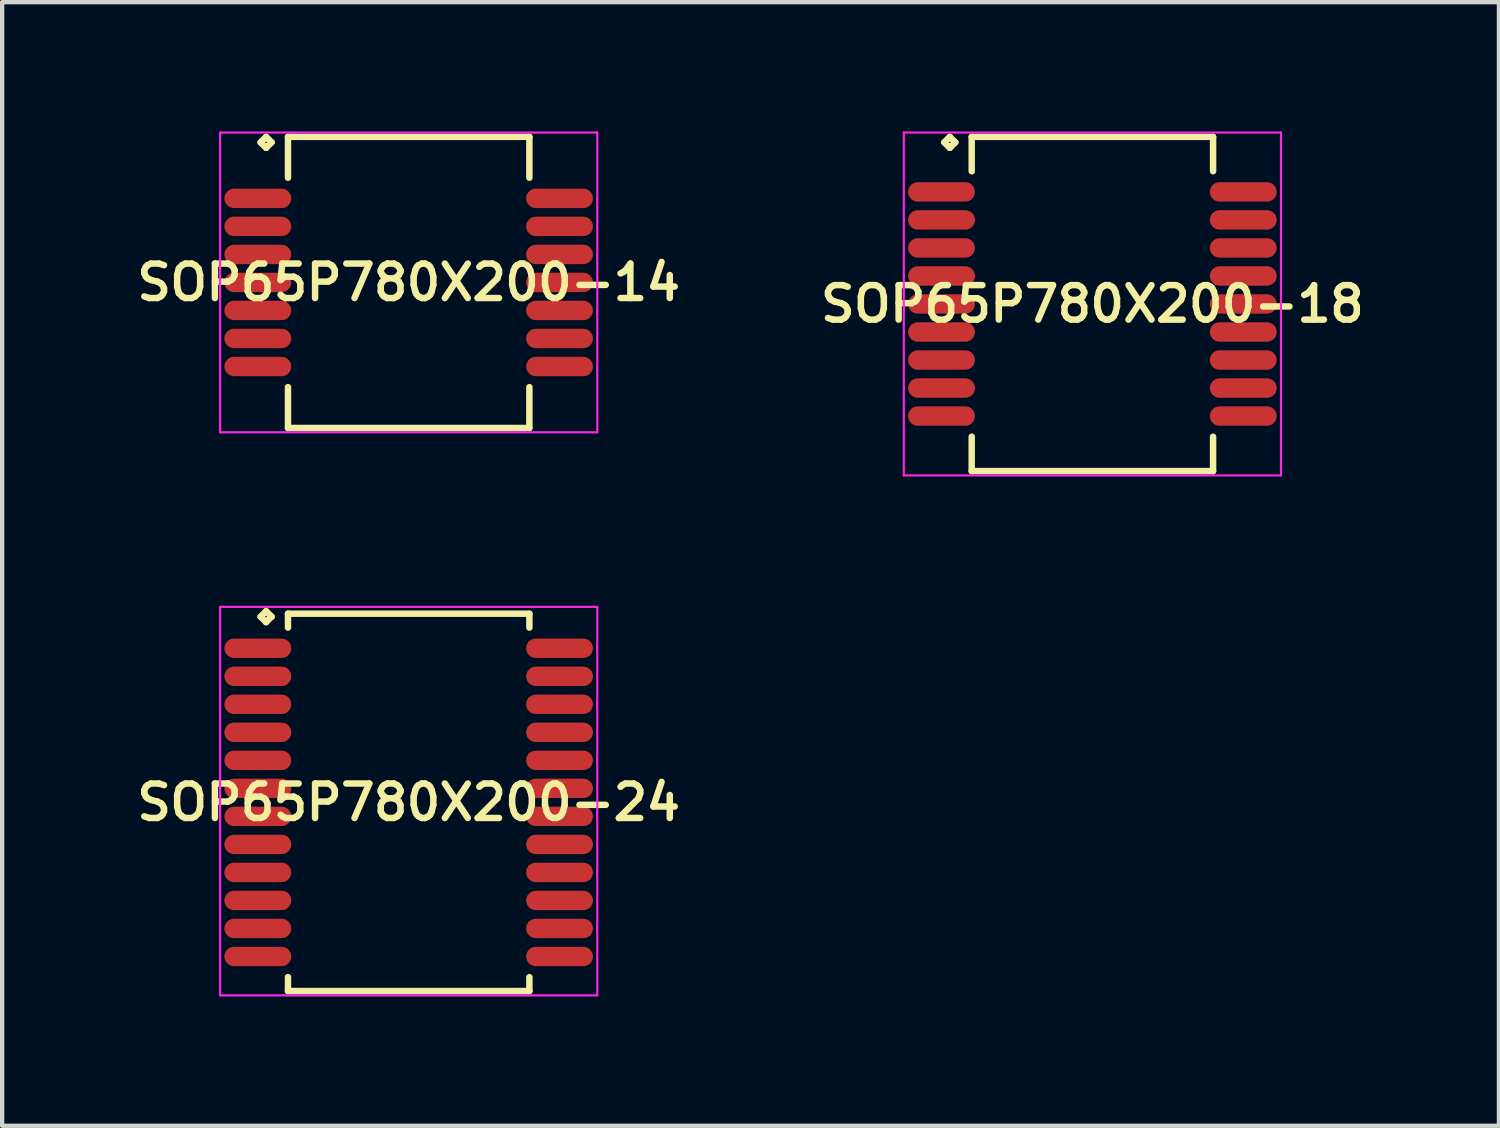
<source format=kicad_pcb>
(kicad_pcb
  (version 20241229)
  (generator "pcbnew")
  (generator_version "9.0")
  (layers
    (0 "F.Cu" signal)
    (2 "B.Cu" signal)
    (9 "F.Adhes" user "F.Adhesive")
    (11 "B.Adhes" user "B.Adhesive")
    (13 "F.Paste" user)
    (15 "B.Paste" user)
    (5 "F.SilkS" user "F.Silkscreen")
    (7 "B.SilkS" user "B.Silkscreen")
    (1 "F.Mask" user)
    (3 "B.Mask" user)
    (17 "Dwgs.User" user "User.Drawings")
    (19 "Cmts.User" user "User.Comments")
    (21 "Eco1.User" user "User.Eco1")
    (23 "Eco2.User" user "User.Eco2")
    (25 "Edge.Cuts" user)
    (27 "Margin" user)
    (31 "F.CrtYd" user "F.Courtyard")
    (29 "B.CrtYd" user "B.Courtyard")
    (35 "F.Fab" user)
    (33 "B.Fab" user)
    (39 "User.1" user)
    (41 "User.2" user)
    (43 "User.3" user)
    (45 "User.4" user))
  (footprint "SOP65P780X200-24"
    (layer "F.Cu")
    (at 6.431 15.564)
    (property "Reference" "SOP65P780X200-24" (at 0 0 0) (layer "F.SilkS") (effects (font (size 0.8 0.8) (thickness 0.15))))
    (attr smd)
    (fp_line (start -3.435 -4.308) (end -3.308 -4.435) (stroke (width 0.15) (type solid)) (layer "F.SilkS"))
    (fp_line (start -3.308 -4.435) (end -3.181 -4.308) (stroke (width 0.15) (type solid)) (layer "F.SilkS"))
    (fp_line (start -3.308 -4.181) (end -3.435 -4.308) (stroke (width 0.15) (type solid)) (layer "F.SilkS"))
    (fp_line (start -3.181 -4.308) (end -3.308 -4.181) (stroke (width 0.15) (type solid)) (layer "F.SilkS"))
    (fp_line (start -2.8 -4.377) (end 2.8 -4.377) (stroke (width 0.15) (type solid)) (layer "F.SilkS"))
    (fp_line (start -2.8 -4.054) (end -2.8 -4.377) (stroke (width 0.15) (type solid)) (layer "F.SilkS"))
    (fp_line (start -2.8 4.054) (end -2.8 4.377) (stroke (width 0.15) (type solid)) (layer "F.SilkS"))
    (fp_line (start -2.8 4.377) (end 2.8 4.377) (stroke (width 0.15) (type solid)) (layer "F.SilkS"))
    (fp_line (start 2.8 -4.377) (end 2.8 -4.054) (stroke (width 0.15) (type solid)) (layer "F.SilkS"))
    (fp_line (start 2.8 4.377) (end 2.8 4.054) (stroke (width 0.15) (type solid)) (layer "F.SilkS"))
    (fp_line (start -4.375 -4.535) (end 4.375 -4.535) (stroke (width 0.05) (type solid)) (layer "F.CrtYd"))
    (fp_line (start -4.375 4.477) (end -4.375 -4.535) (stroke (width 0.05) (type solid)) (layer "F.CrtYd"))
    (fp_line (start 4.375 -4.535) (end 4.375 4.477) (stroke (width 0.05) (type solid)) (layer "F.CrtYd"))
    (fp_line (start 4.375 4.477) (end -4.375 4.477) (stroke (width 0.05) (type solid)) (layer "F.CrtYd"))
    (pad "1" smd oval (at -3.5 -3.575) (size 1.55 0.45) (layers "F.Cu" "F.Mask" "F.Paste"))
    (pad "2" smd oval (at -3.5 -2.925) (size 1.55 0.45) (layers "F.Cu" "F.Mask" "F.Paste"))
    (pad "3" smd oval (at -3.5 -2.275) (size 1.55 0.45) (layers "F.Cu" "F.Mask" "F.Paste"))
    (pad "4" smd oval (at -3.5 -1.625) (size 1.55 0.45) (layers "F.Cu" "F.Mask" "F.Paste"))
    (pad "5" smd oval (at -3.5 -0.975) (size 1.55 0.45) (layers "F.Cu" "F.Mask" "F.Paste"))
    (pad "6" smd oval (at -3.5 -0.325) (size 1.55 0.45) (layers "F.Cu" "F.Mask" "F.Paste"))
    (pad "7" smd oval (at -3.5 0.325) (size 1.55 0.45) (layers "F.Cu" "F.Mask" "F.Paste"))
    (pad "8" smd oval (at -3.5 0.975) (size 1.55 0.45) (layers "F.Cu" "F.Mask" "F.Paste"))
    (pad "9" smd oval (at -3.5 1.625) (size 1.55 0.45) (layers "F.Cu" "F.Mask" "F.Paste"))
    (pad "10" smd oval (at -3.5 2.275) (size 1.55 0.45) (layers "F.Cu" "F.Mask" "F.Paste"))
    (pad "11" smd oval (at -3.5 2.925) (size 1.55 0.45) (layers "F.Cu" "F.Mask" "F.Paste"))
    (pad "12" smd oval (at -3.5 3.575) (size 1.55 0.45) (layers "F.Cu" "F.Mask" "F.Paste"))
    (pad "13" smd oval (at 3.5 3.575) (size 1.55 0.45) (layers "F.Cu" "F.Mask" "F.Paste"))
    (pad "14" smd oval (at 3.5 2.925) (size 1.55 0.45) (layers "F.Cu" "F.Mask" "F.Paste"))
    (pad "15" smd oval (at 3.5 2.275) (size 1.55 0.45) (layers "F.Cu" "F.Mask" "F.Paste"))
    (pad "16" smd oval (at 3.5 1.625) (size 1.55 0.45) (layers "F.Cu" "F.Mask" "F.Paste"))
    (pad "17" smd oval (at 3.5 0.975) (size 1.55 0.45) (layers "F.Cu" "F.Mask" "F.Paste"))
    (pad "18" smd oval (at 3.5 0.325) (size 1.55 0.45) (layers "F.Cu" "F.Mask" "F.Paste"))
    (pad "19" smd oval (at 3.5 -0.325) (size 1.55 0.45) (layers "F.Cu" "F.Mask" "F.Paste"))
    (pad "20" smd oval (at 3.5 -0.975) (size 1.55 0.45) (layers "F.Cu" "F.Mask" "F.Paste"))
    (pad "21" smd oval (at 3.5 -1.625) (size 1.55 0.45) (layers "F.Cu" "F.Mask" "F.Paste"))
    (pad "22" smd oval (at 3.5 -2.275) (size 1.55 0.45) (layers "F.Cu" "F.Mask" "F.Paste"))
    (pad "23" smd oval (at 3.5 -2.925) (size 1.55 0.45) (layers "F.Cu" "F.Mask" "F.Paste"))
    (pad "24" smd oval (at 3.5 -3.575) (size 1.55 0.45) (layers "F.Cu" "F.Mask" "F.Paste")))
  (footprint "SOP65P780X200-18"
    (layer "F.Cu")
    (at 22.292 4.002)
    (property "Reference" "SOP65P780X200-18" (at 0 0 0) (layer "F.SilkS") (effects (font (size 0.8 0.8) (thickness 0.15))))
    (attr smd)
    (fp_line (start -3.435 -3.75) (end -3.308 -3.877) (stroke (width 0.15) (type solid)) (layer "F.SilkS"))
    (fp_line (start -3.308 -3.877) (end -3.181 -3.75) (stroke (width 0.15) (type solid)) (layer "F.SilkS"))
    (fp_line (start -3.308 -3.623) (end -3.435 -3.75) (stroke (width 0.15) (type solid)) (layer "F.SilkS"))
    (fp_line (start -3.181 -3.75) (end -3.308 -3.623) (stroke (width 0.15) (type solid)) (layer "F.SilkS"))
    (fp_line (start -2.8 -3.877) (end 2.8 -3.877) (stroke (width 0.15) (type solid)) (layer "F.SilkS"))
    (fp_line (start -2.8 -3.079) (end -2.8 -3.877) (stroke (width 0.15) (type solid)) (layer "F.SilkS"))
    (fp_line (start -2.8 3.079) (end -2.8 3.877) (stroke (width 0.15) (type solid)) (layer "F.SilkS"))
    (fp_line (start -2.8 3.877) (end 2.8 3.877) (stroke (width 0.15) (type solid)) (layer "F.SilkS"))
    (fp_line (start 2.8 -3.877) (end 2.8 -3.079) (stroke (width 0.15) (type solid)) (layer "F.SilkS"))
    (fp_line (start 2.8 3.877) (end 2.8 3.079) (stroke (width 0.15) (type solid)) (layer "F.SilkS"))
    (fp_line (start -4.375 -3.977) (end 4.375 -3.977) (stroke (width 0.05) (type solid)) (layer "F.CrtYd"))
    (fp_line (start -4.375 3.977) (end -4.375 -3.977) (stroke (width 0.05) (type solid)) (layer "F.CrtYd"))
    (fp_line (start 4.375 -3.977) (end 4.375 3.977) (stroke (width 0.05) (type solid)) (layer "F.CrtYd"))
    (fp_line (start 4.375 3.977) (end -4.375 3.977) (stroke (width 0.05) (type solid)) (layer "F.CrtYd"))
    (pad "1" smd oval (at -3.5 -2.6) (size 1.55 0.45) (layers "F.Cu" "F.Mask" "F.Paste"))
    (pad "2" smd oval (at -3.5 -1.95) (size 1.55 0.45) (layers "F.Cu" "F.Mask" "F.Paste"))
    (pad "3" smd oval (at -3.5 -1.3) (size 1.55 0.45) (layers "F.Cu" "F.Mask" "F.Paste"))
    (pad "4" smd oval (at -3.5 -0.65) (size 1.55 0.45) (layers "F.Cu" "F.Mask" "F.Paste"))
    (pad "5" smd oval (at -3.5 0) (size 1.55 0.45) (layers "F.Cu" "F.Mask" "F.Paste"))
    (pad "6" smd oval (at -3.5 0.65) (size 1.55 0.45) (layers "F.Cu" "F.Mask" "F.Paste"))
    (pad "7" smd oval (at -3.5 1.3) (size 1.55 0.45) (layers "F.Cu" "F.Mask" "F.Paste"))
    (pad "8" smd oval (at -3.5 1.95) (size 1.55 0.45) (layers "F.Cu" "F.Mask" "F.Paste"))
    (pad "9" smd oval (at -3.5 2.6) (size 1.55 0.45) (layers "F.Cu" "F.Mask" "F.Paste"))
    (pad "10" smd oval (at 3.5 2.6) (size 1.55 0.45) (layers "F.Cu" "F.Mask" "F.Paste"))
    (pad "11" smd oval (at 3.5 1.95) (size 1.55 0.45) (layers "F.Cu" "F.Mask" "F.Paste"))
    (pad "12" smd oval (at 3.5 1.3) (size 1.55 0.45) (layers "F.Cu" "F.Mask" "F.Paste"))
    (pad "13" smd oval (at 3.5 0.65) (size 1.55 0.45) (layers "F.Cu" "F.Mask" "F.Paste"))
    (pad "14" smd oval (at 3.5 0) (size 1.55 0.45) (layers "F.Cu" "F.Mask" "F.Paste"))
    (pad "15" smd oval (at 3.5 -0.65) (size 1.55 0.45) (layers "F.Cu" "F.Mask" "F.Paste"))
    (pad "16" smd oval (at 3.5 -1.3) (size 1.55 0.45) (layers "F.Cu" "F.Mask" "F.Paste"))
    (pad "17" smd oval (at 3.5 -1.95) (size 1.55 0.45) (layers "F.Cu" "F.Mask" "F.Paste"))
    (pad "18" smd oval (at 3.5 -2.6) (size 1.55 0.45) (layers "F.Cu" "F.Mask" "F.Paste")))
  (footprint "SOP65P780X200-14"
    (layer "F.Cu")
    (at 6.431 3.502)
    (property "Reference" "SOP65P780X200-14" (at 0 0 0) (layer "F.SilkS") (effects (font (size 0.8 0.8) (thickness 0.15))))
    (attr smd)
    (fp_line (start -3.435 -3.25) (end -3.308 -3.377) (stroke (width 0.15) (type solid)) (layer "F.SilkS"))
    (fp_line (start -3.308 -3.377) (end -3.181 -3.25) (stroke (width 0.15) (type solid)) (layer "F.SilkS"))
    (fp_line (start -3.308 -3.123) (end -3.435 -3.25) (stroke (width 0.15) (type solid)) (layer "F.SilkS"))
    (fp_line (start -3.181 -3.25) (end -3.308 -3.123) (stroke (width 0.15) (type solid)) (layer "F.SilkS"))
    (fp_line (start -2.8 -3.377) (end 2.8 -3.377) (stroke (width 0.15) (type solid)) (layer "F.SilkS"))
    (fp_line (start -2.8 -2.429) (end -2.8 -3.377) (stroke (width 0.15) (type solid)) (layer "F.SilkS"))
    (fp_line (start -2.8 2.429) (end -2.8 3.377) (stroke (width 0.15) (type solid)) (layer "F.SilkS"))
    (fp_line (start -2.8 3.377) (end 2.8 3.377) (stroke (width 0.15) (type solid)) (layer "F.SilkS"))
    (fp_line (start 2.8 -3.377) (end 2.8 -2.429) (stroke (width 0.15) (type solid)) (layer "F.SilkS"))
    (fp_line (start 2.8 3.377) (end 2.8 2.429) (stroke (width 0.15) (type solid)) (layer "F.SilkS"))
    (fp_line (start -4.375 -3.477) (end 4.375 -3.477) (stroke (width 0.05) (type solid)) (layer "F.CrtYd"))
    (fp_line (start -4.375 3.477) (end -4.375 -3.477) (stroke (width 0.05) (type solid)) (layer "F.CrtYd"))
    (fp_line (start 4.375 -3.477) (end 4.375 3.477) (stroke (width 0.05) (type solid)) (layer "F.CrtYd"))
    (fp_line (start 4.375 3.477) (end -4.375 3.477) (stroke (width 0.05) (type solid)) (layer "F.CrtYd"))
    (pad "1" smd oval (at -3.5 -1.95) (size 1.55 0.45) (layers "F.Cu" "F.Mask" "F.Paste"))
    (pad "2" smd oval (at -3.5 -1.3) (size 1.55 0.45) (layers "F.Cu" "F.Mask" "F.Paste"))
    (pad "3" smd oval (at -3.5 -0.65) (size 1.55 0.45) (layers "F.Cu" "F.Mask" "F.Paste"))
    (pad "4" smd oval (at -3.5 0) (size 1.55 0.45) (layers "F.Cu" "F.Mask" "F.Paste"))
    (pad "5" smd oval (at -3.5 0.65) (size 1.55 0.45) (layers "F.Cu" "F.Mask" "F.Paste"))
    (pad "6" smd oval (at -3.5 1.3) (size 1.55 0.45) (layers "F.Cu" "F.Mask" "F.Paste"))
    (pad "7" smd oval (at -3.5 1.95) (size 1.55 0.45) (layers "F.Cu" "F.Mask" "F.Paste"))
    (pad "8" smd oval (at 3.5 1.95) (size 1.55 0.45) (layers "F.Cu" "F.Mask" "F.Paste"))
    (pad "9" smd oval (at 3.5 1.3) (size 1.55 0.45) (layers "F.Cu" "F.Mask" "F.Paste"))
    (pad "10" smd oval (at 3.5 0.65) (size 1.55 0.45) (layers "F.Cu" "F.Mask" "F.Paste"))
    (pad "11" smd oval (at 3.5 0) (size 1.55 0.45) (layers "F.Cu" "F.Mask" "F.Paste"))
    (pad "12" smd oval (at 3.5 -0.65) (size 1.55 0.45) (layers "F.Cu" "F.Mask" "F.Paste"))
    (pad "13" smd oval (at 3.5 -1.3) (size 1.55 0.45) (layers "F.Cu" "F.Mask" "F.Paste"))
    (pad "14" smd oval (at 3.5 -1.95) (size 1.55 0.45) (layers "F.Cu" "F.Mask" "F.Paste")))
  (gr_rect
    (start -3 -3)
    (end 31.723 23.066)
    (stroke (width 0.1) (type default))
    (fill no)
    (layer "Edge.Cuts")))
</source>
